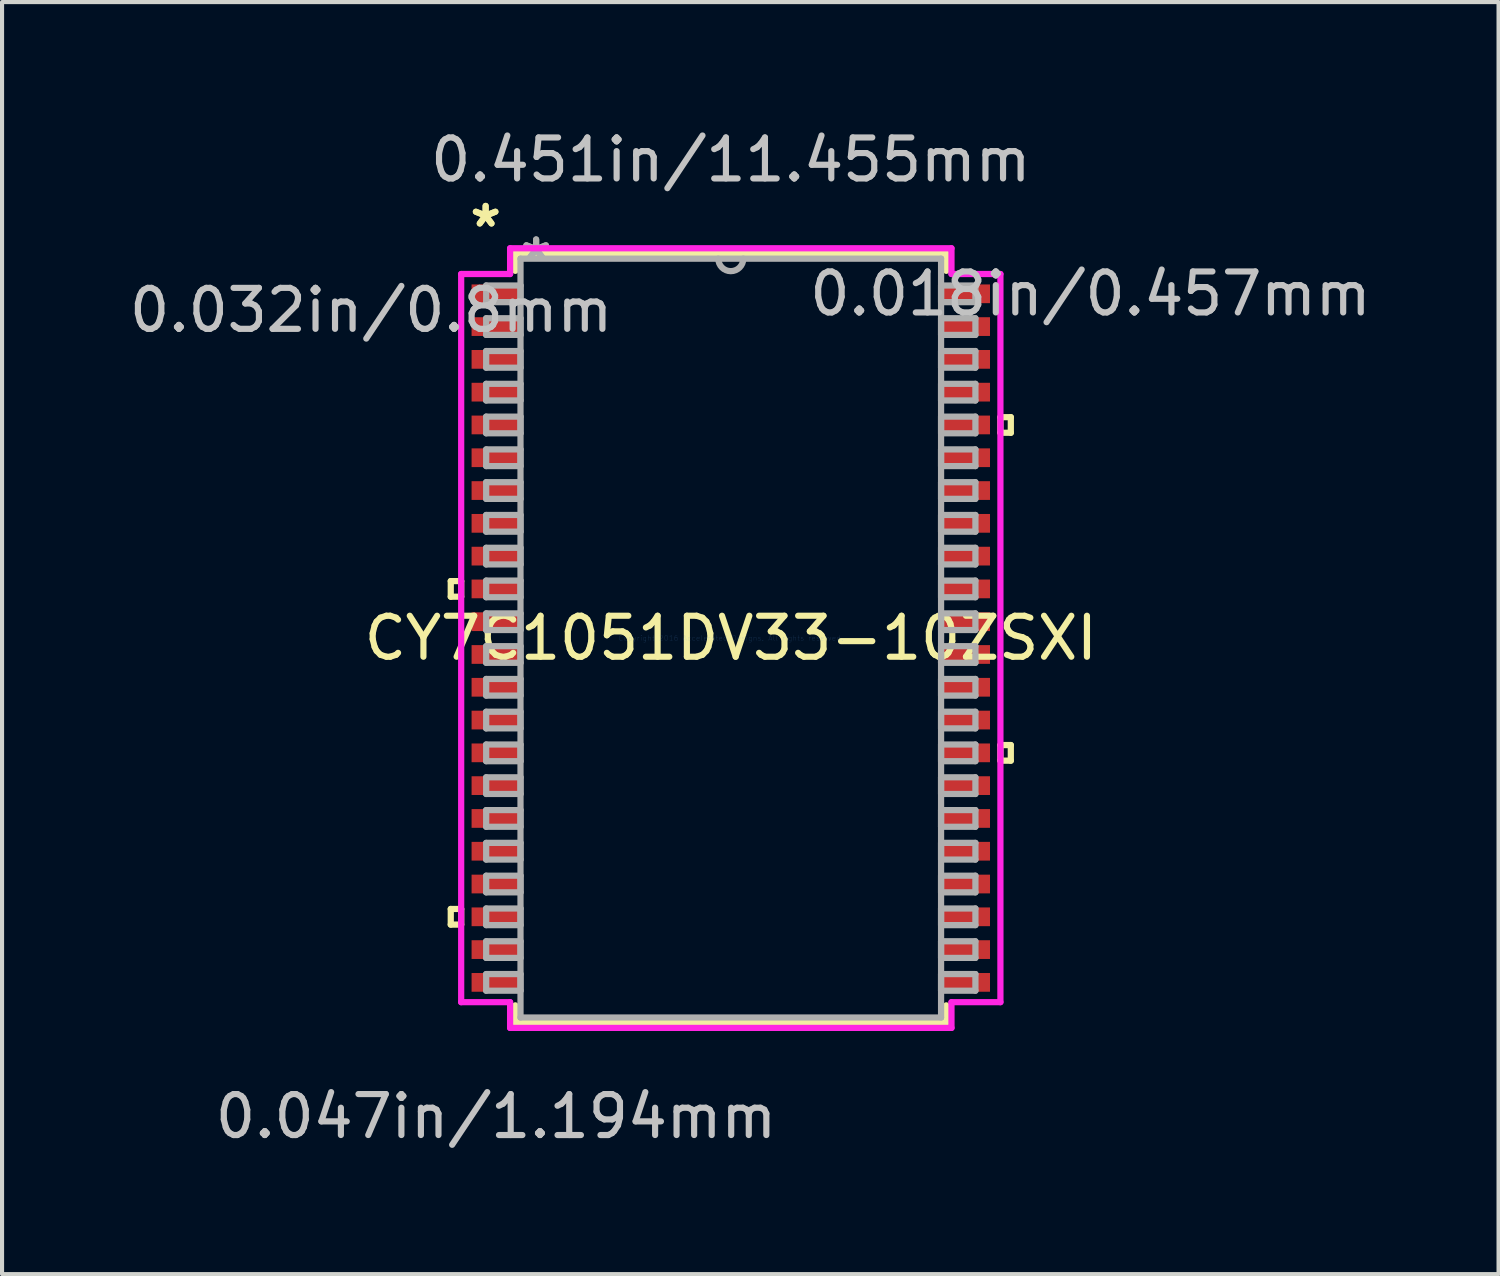
<source format=kicad_pcb>
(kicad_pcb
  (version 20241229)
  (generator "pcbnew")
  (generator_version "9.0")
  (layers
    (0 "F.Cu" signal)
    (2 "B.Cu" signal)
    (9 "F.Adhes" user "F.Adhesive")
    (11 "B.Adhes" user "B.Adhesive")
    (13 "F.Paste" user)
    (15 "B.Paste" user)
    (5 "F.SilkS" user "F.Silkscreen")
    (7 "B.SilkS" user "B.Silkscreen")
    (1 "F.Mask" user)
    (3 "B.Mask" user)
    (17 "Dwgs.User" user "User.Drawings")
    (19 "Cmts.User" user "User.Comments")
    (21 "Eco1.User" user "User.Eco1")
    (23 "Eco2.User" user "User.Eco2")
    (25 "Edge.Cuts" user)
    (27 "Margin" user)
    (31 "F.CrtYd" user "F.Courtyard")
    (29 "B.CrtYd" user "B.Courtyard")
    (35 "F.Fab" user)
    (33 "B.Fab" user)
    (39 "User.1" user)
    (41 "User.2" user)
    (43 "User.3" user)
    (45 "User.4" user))
  (footprint "CY7C1051DV33-10ZSXI"
    (layer "F.Cu")
    (at 14.782 12.52)
    (property "Reference" "CY7C1051DV33-10ZSXI" (at 0 0 0) (layer "F.SilkS") (effects (font (size 1 1) (thickness 0.15))))
    (attr through_hole)
    (fp_line (start -6.833 -1.391) (end -6.833 -1.01) (stroke (width 0.152) (type solid)) (layer "F.SilkS"))
    (fp_line (start -6.833 -1.01) (end -6.579 -1.01) (stroke (width 0.152) (type solid)) (layer "F.SilkS"))
    (fp_line (start -6.833 6.61) (end -6.833 6.991) (stroke (width 0.152) (type solid)) (layer "F.SilkS"))
    (fp_line (start -6.833 6.991) (end -6.579 6.991) (stroke (width 0.152) (type solid)) (layer "F.SilkS"))
    (fp_line (start -6.579 -1.391) (end -6.833 -1.391) (stroke (width 0.152) (type solid)) (layer "F.SilkS"))
    (fp_line (start -6.579 -1.01) (end -6.579 -1.391) (stroke (width 0.152) (type solid)) (layer "F.SilkS"))
    (fp_line (start -6.579 6.61) (end -6.833 6.61) (stroke (width 0.152) (type solid)) (layer "F.SilkS"))
    (fp_line (start -6.579 6.991) (end -6.579 6.61) (stroke (width 0.152) (type solid)) (layer "F.SilkS"))
    (fp_line (start -5.258 -9.385) (end -5.258 -8.962) (stroke (width 0.152) (type solid)) (layer "F.SilkS"))
    (fp_line (start -5.258 8.962) (end -5.258 9.385) (stroke (width 0.152) (type solid)) (layer "F.SilkS"))
    (fp_line (start -5.258 9.385) (end 5.258 9.385) (stroke (width 0.152) (type solid)) (layer "F.SilkS"))
    (fp_line (start 5.258 -9.385) (end -5.258 -9.385) (stroke (width 0.152) (type solid)) (layer "F.SilkS"))
    (fp_line (start 5.258 -8.962) (end 5.258 -9.385) (stroke (width 0.152) (type solid)) (layer "F.SilkS"))
    (fp_line (start 5.258 9.385) (end 5.258 8.962) (stroke (width 0.152) (type solid)) (layer "F.SilkS"))
    (fp_line (start 6.579 -5.391) (end 6.833 -5.391) (stroke (width 0.152) (type solid)) (layer "F.SilkS"))
    (fp_line (start 6.579 -5.01) (end 6.579 -5.391) (stroke (width 0.152) (type solid)) (layer "F.SilkS"))
    (fp_line (start 6.579 2.61) (end 6.833 2.61) (stroke (width 0.152) (type solid)) (layer "F.SilkS"))
    (fp_line (start 6.579 2.991) (end 6.579 2.61) (stroke (width 0.152) (type solid)) (layer "F.SilkS"))
    (fp_line (start 6.833 -5.391) (end 6.833 -5.01) (stroke (width 0.152) (type solid)) (layer "F.SilkS"))
    (fp_line (start 6.833 -5.01) (end 6.579 -5.01) (stroke (width 0.152) (type solid)) (layer "F.SilkS"))
    (fp_line (start 6.833 2.61) (end 6.833 2.991) (stroke (width 0.152) (type solid)) (layer "F.SilkS"))
    (fp_line (start 6.833 2.991) (end 6.579 2.991) (stroke (width 0.152) (type solid)) (layer "F.SilkS"))
    (fp_line (start -6.579 -8.884) (end -5.385 -8.884) (stroke (width 0.152) (type solid)) (layer "F.CrtYd"))
    (fp_line (start -6.579 8.884) (end -6.579 -8.884) (stroke (width 0.152) (type solid)) (layer "F.CrtYd"))
    (fp_line (start -5.385 -9.512) (end 5.385 -9.512) (stroke (width 0.152) (type solid)) (layer "F.CrtYd"))
    (fp_line (start -5.385 -8.884) (end -5.385 -9.512) (stroke (width 0.152) (type solid)) (layer "F.CrtYd"))
    (fp_line (start -5.385 8.884) (end -6.579 8.884) (stroke (width 0.152) (type solid)) (layer "F.CrtYd"))
    (fp_line (start -5.385 9.512) (end -5.385 8.884) (stroke (width 0.152) (type solid)) (layer "F.CrtYd"))
    (fp_line (start 5.385 -9.512) (end 5.385 -8.884) (stroke (width 0.152) (type solid)) (layer "F.CrtYd"))
    (fp_line (start 5.385 -8.884) (end 6.579 -8.884) (stroke (width 0.152) (type solid)) (layer "F.CrtYd"))
    (fp_line (start 5.385 8.884) (end 5.385 9.512) (stroke (width 0.152) (type solid)) (layer "F.CrtYd"))
    (fp_line (start 5.385 9.512) (end -5.385 9.512) (stroke (width 0.152) (type solid)) (layer "F.CrtYd"))
    (fp_line (start 6.579 -8.884) (end 6.579 8.884) (stroke (width 0.152) (type solid)) (layer "F.CrtYd"))
    (fp_line (start 6.579 8.884) (end 5.385 8.884) (stroke (width 0.152) (type solid)) (layer "F.CrtYd"))
    (fp_line (start -5.969 -8.604) (end -5.969 -8.198) (stroke (width 0.152) (type solid)) (layer "F.Fab"))
    (fp_line (start -5.969 -8.198) (end -5.131 -8.198) (stroke (width 0.152) (type solid)) (layer "F.Fab"))
    (fp_line (start -5.969 -7.804) (end -5.969 -7.398) (stroke (width 0.152) (type solid)) (layer "F.Fab"))
    (fp_line (start -5.969 -7.398) (end -5.131 -7.398) (stroke (width 0.152) (type solid)) (layer "F.Fab"))
    (fp_line (start -5.969 -7.004) (end -5.969 -6.598) (stroke (width 0.152) (type solid)) (layer "F.Fab"))
    (fp_line (start -5.969 -6.598) (end -5.131 -6.598) (stroke (width 0.152) (type solid)) (layer "F.Fab"))
    (fp_line (start -5.969 -6.204) (end -5.969 -5.798) (stroke (width 0.152) (type solid)) (layer "F.Fab"))
    (fp_line (start -5.969 -5.798) (end -5.131 -5.798) (stroke (width 0.152) (type solid)) (layer "F.Fab"))
    (fp_line (start -5.969 -5.404) (end -5.969 -4.997) (stroke (width 0.152) (type solid)) (layer "F.Fab"))
    (fp_line (start -5.969 -4.997) (end -5.131 -4.997) (stroke (width 0.152) (type solid)) (layer "F.Fab"))
    (fp_line (start -5.969 -4.604) (end -5.969 -4.197) (stroke (width 0.152) (type solid)) (layer "F.Fab"))
    (fp_line (start -5.969 -4.197) (end -5.131 -4.197) (stroke (width 0.152) (type solid)) (layer "F.Fab"))
    (fp_line (start -5.969 -3.804) (end -5.969 -3.397) (stroke (width 0.152) (type solid)) (layer "F.Fab"))
    (fp_line (start -5.969 -3.397) (end -5.131 -3.397) (stroke (width 0.152) (type solid)) (layer "F.Fab"))
    (fp_line (start -5.969 -3.004) (end -5.969 -2.597) (stroke (width 0.152) (type solid)) (layer "F.Fab"))
    (fp_line (start -5.969 -2.597) (end -5.131 -2.597) (stroke (width 0.152) (type solid)) (layer "F.Fab"))
    (fp_line (start -5.969 -2.203) (end -5.969 -1.797) (stroke (width 0.152) (type solid)) (layer "F.Fab"))
    (fp_line (start -5.969 -1.797) (end -5.131 -1.797) (stroke (width 0.152) (type solid)) (layer "F.Fab"))
    (fp_line (start -5.969 -1.403) (end -5.969 -0.997) (stroke (width 0.152) (type solid)) (layer "F.Fab"))
    (fp_line (start -5.969 -0.997) (end -5.131 -0.997) (stroke (width 0.152) (type solid)) (layer "F.Fab"))
    (fp_line (start -5.969 -0.603) (end -5.969 -0.197) (stroke (width 0.152) (type solid)) (layer "F.Fab"))
    (fp_line (start -5.969 -0.197) (end -5.131 -0.197) (stroke (width 0.152) (type solid)) (layer "F.Fab"))
    (fp_line (start -5.969 0.197) (end -5.969 0.603) (stroke (width 0.152) (type solid)) (layer "F.Fab"))
    (fp_line (start -5.969 0.603) (end -5.131 0.603) (stroke (width 0.152) (type solid)) (layer "F.Fab"))
    (fp_line (start -5.969 0.997) (end -5.969 1.403) (stroke (width 0.152) (type solid)) (layer "F.Fab"))
    (fp_line (start -5.969 1.403) (end -5.131 1.403) (stroke (width 0.152) (type solid)) (layer "F.Fab"))
    (fp_line (start -5.969 1.797) (end -5.969 2.203) (stroke (width 0.152) (type solid)) (layer "F.Fab"))
    (fp_line (start -5.969 2.203) (end -5.131 2.203) (stroke (width 0.152) (type solid)) (layer "F.Fab"))
    (fp_line (start -5.969 2.597) (end -5.969 3.004) (stroke (width 0.152) (type solid)) (layer "F.Fab"))
    (fp_line (start -5.969 3.004) (end -5.131 3.004) (stroke (width 0.152) (type solid)) (layer "F.Fab"))
    (fp_line (start -5.969 3.397) (end -5.969 3.804) (stroke (width 0.152) (type solid)) (layer "F.Fab"))
    (fp_line (start -5.969 3.804) (end -5.131 3.804) (stroke (width 0.152) (type solid)) (layer "F.Fab"))
    (fp_line (start -5.969 4.197) (end -5.969 4.604) (stroke (width 0.152) (type solid)) (layer "F.Fab"))
    (fp_line (start -5.969 4.604) (end -5.131 4.604) (stroke (width 0.152) (type solid)) (layer "F.Fab"))
    (fp_line (start -5.969 4.997) (end -5.969 5.404) (stroke (width 0.152) (type solid)) (layer "F.Fab"))
    (fp_line (start -5.969 5.404) (end -5.131 5.404) (stroke (width 0.152) (type solid)) (layer "F.Fab"))
    (fp_line (start -5.969 5.798) (end -5.969 6.204) (stroke (width 0.152) (type solid)) (layer "F.Fab"))
    (fp_line (start -5.969 6.204) (end -5.131 6.204) (stroke (width 0.152) (type solid)) (layer "F.Fab"))
    (fp_line (start -5.969 6.598) (end -5.969 7.004) (stroke (width 0.152) (type solid)) (layer "F.Fab"))
    (fp_line (start -5.969 7.004) (end -5.131 7.004) (stroke (width 0.152) (type solid)) (layer "F.Fab"))
    (fp_line (start -5.969 7.398) (end -5.969 7.804) (stroke (width 0.152) (type solid)) (layer "F.Fab"))
    (fp_line (start -5.969 7.804) (end -5.131 7.804) (stroke (width 0.152) (type solid)) (layer "F.Fab"))
    (fp_line (start -5.969 8.198) (end -5.969 8.604) (stroke (width 0.152) (type solid)) (layer "F.Fab"))
    (fp_line (start -5.969 8.604) (end -5.131 8.604) (stroke (width 0.152) (type solid)) (layer "F.Fab"))
    (fp_line (start -5.131 -9.258) (end -5.131 9.258) (stroke (width 0.152) (type solid)) (layer "F.Fab"))
    (fp_line (start -5.131 -8.604) (end -5.969 -8.604) (stroke (width 0.152) (type solid)) (layer "F.Fab"))
    (fp_line (start -5.131 -8.198) (end -5.131 -8.604) (stroke (width 0.152) (type solid)) (layer "F.Fab"))
    (fp_line (start -5.131 -7.804) (end -5.969 -7.804) (stroke (width 0.152) (type solid)) (layer "F.Fab"))
    (fp_line (start -5.131 -7.398) (end -5.131 -7.804) (stroke (width 0.152) (type solid)) (layer "F.Fab"))
    (fp_line (start -5.131 -7.004) (end -5.969 -7.004) (stroke (width 0.152) (type solid)) (layer "F.Fab"))
    (fp_line (start -5.131 -6.598) (end -5.131 -7.004) (stroke (width 0.152) (type solid)) (layer "F.Fab"))
    (fp_line (start -5.131 -6.204) (end -5.969 -6.204) (stroke (width 0.152) (type solid)) (layer "F.Fab"))
    (fp_line (start -5.131 -5.798) (end -5.131 -6.204) (stroke (width 0.152) (type solid)) (layer "F.Fab"))
    (fp_line (start -5.131 -5.404) (end -5.969 -5.404) (stroke (width 0.152) (type solid)) (layer "F.Fab"))
    (fp_line (start -5.131 -4.997) (end -5.131 -5.404) (stroke (width 0.152) (type solid)) (layer "F.Fab"))
    (fp_line (start -5.131 -4.604) (end -5.969 -4.604) (stroke (width 0.152) (type solid)) (layer "F.Fab"))
    (fp_line (start -5.131 -4.197) (end -5.131 -4.604) (stroke (width 0.152) (type solid)) (layer "F.Fab"))
    (fp_line (start -5.131 -3.804) (end -5.969 -3.804) (stroke (width 0.152) (type solid)) (layer "F.Fab"))
    (fp_line (start -5.131 -3.397) (end -5.131 -3.804) (stroke (width 0.152) (type solid)) (layer "F.Fab"))
    (fp_line (start -5.131 -3.004) (end -5.969 -3.004) (stroke (width 0.152) (type solid)) (layer "F.Fab"))
    (fp_line (start -5.131 -2.597) (end -5.131 -3.004) (stroke (width 0.152) (type solid)) (layer "F.Fab"))
    (fp_line (start -5.131 -2.203) (end -5.969 -2.203) (stroke (width 0.152) (type solid)) (layer "F.Fab"))
    (fp_line (start -5.131 -1.797) (end -5.131 -2.203) (stroke (width 0.152) (type solid)) (layer "F.Fab"))
    (fp_line (start -5.131 -1.403) (end -5.969 -1.403) (stroke (width 0.152) (type solid)) (layer "F.Fab"))
    (fp_line (start -5.131 -0.997) (end -5.131 -1.403) (stroke (width 0.152) (type solid)) (layer "F.Fab"))
    (fp_line (start -5.131 -0.603) (end -5.969 -0.603) (stroke (width 0.152) (type solid)) (layer "F.Fab"))
    (fp_line (start -5.131 -0.197) (end -5.131 -0.603) (stroke (width 0.152) (type solid)) (layer "F.Fab"))
    (fp_line (start -5.131 0.197) (end -5.969 0.197) (stroke (width 0.152) (type solid)) (layer "F.Fab"))
    (fp_line (start -5.131 0.603) (end -5.131 0.197) (stroke (width 0.152) (type solid)) (layer "F.Fab"))
    (fp_line (start -5.131 0.997) (end -5.969 0.997) (stroke (width 0.152) (type solid)) (layer "F.Fab"))
    (fp_line (start -5.131 1.403) (end -5.131 0.997) (stroke (width 0.152) (type solid)) (layer "F.Fab"))
    (fp_line (start -5.131 1.797) (end -5.969 1.797) (stroke (width 0.152) (type solid)) (layer "F.Fab"))
    (fp_line (start -5.131 2.203) (end -5.131 1.797) (stroke (width 0.152) (type solid)) (layer "F.Fab"))
    (fp_line (start -5.131 2.597) (end -5.969 2.597) (stroke (width 0.152) (type solid)) (layer "F.Fab"))
    (fp_line (start -5.131 3.004) (end -5.131 2.597) (stroke (width 0.152) (type solid)) (layer "F.Fab"))
    (fp_line (start -5.131 3.397) (end -5.969 3.397) (stroke (width 0.152) (type solid)) (layer "F.Fab"))
    (fp_line (start -5.131 3.804) (end -5.131 3.397) (stroke (width 0.152) (type solid)) (layer "F.Fab"))
    (fp_line (start -5.131 4.197) (end -5.969 4.197) (stroke (width 0.152) (type solid)) (layer "F.Fab"))
    (fp_line (start -5.131 4.604) (end -5.131 4.197) (stroke (width 0.152) (type solid)) (layer "F.Fab"))
    (fp_line (start -5.131 4.997) (end -5.969 4.997) (stroke (width 0.152) (type solid)) (layer "F.Fab"))
    (fp_line (start -5.131 5.404) (end -5.131 4.997) (stroke (width 0.152) (type solid)) (layer "F.Fab"))
    (fp_line (start -5.131 5.798) (end -5.969 5.798) (stroke (width 0.152) (type solid)) (layer "F.Fab"))
    (fp_line (start -5.131 6.204) (end -5.131 5.798) (stroke (width 0.152) (type solid)) (layer "F.Fab"))
    (fp_line (start -5.131 6.598) (end -5.969 6.598) (stroke (width 0.152) (type solid)) (layer "F.Fab"))
    (fp_line (start -5.131 7.004) (end -5.131 6.598) (stroke (width 0.152) (type solid)) (layer "F.Fab"))
    (fp_line (start -5.131 7.398) (end -5.969 7.398) (stroke (width 0.152) (type solid)) (layer "F.Fab"))
    (fp_line (start -5.131 7.804) (end -5.131 7.398) (stroke (width 0.152) (type solid)) (layer "F.Fab"))
    (fp_line (start -5.131 8.198) (end -5.969 8.198) (stroke (width 0.152) (type solid)) (layer "F.Fab"))
    (fp_line (start -5.131 8.604) (end -5.131 8.198) (stroke (width 0.152) (type solid)) (layer "F.Fab"))
    (fp_line (start -5.131 9.258) (end 5.131 9.258) (stroke (width 0.152) (type solid)) (layer "F.Fab"))
    (fp_line (start 5.131 -9.258) (end -5.131 -9.258) (stroke (width 0.152) (type solid)) (layer "F.Fab"))
    (fp_line (start 5.131 -8.604) (end 5.131 -8.198) (stroke (width 0.152) (type solid)) (layer "F.Fab"))
    (fp_line (start 5.131 -8.198) (end 5.969 -8.198) (stroke (width 0.152) (type solid)) (layer "F.Fab"))
    (fp_line (start 5.131 -7.804) (end 5.131 -7.398) (stroke (width 0.152) (type solid)) (layer "F.Fab"))
    (fp_line (start 5.131 -7.398) (end 5.969 -7.398) (stroke (width 0.152) (type solid)) (layer "F.Fab"))
    (fp_line (start 5.131 -7.004) (end 5.131 -6.598) (stroke (width 0.152) (type solid)) (layer "F.Fab"))
    (fp_line (start 5.131 -6.598) (end 5.969 -6.598) (stroke (width 0.152) (type solid)) (layer "F.Fab"))
    (fp_line (start 5.131 -6.204) (end 5.131 -5.798) (stroke (width 0.152) (type solid)) (layer "F.Fab"))
    (fp_line (start 5.131 -5.798) (end 5.969 -5.798) (stroke (width 0.152) (type solid)) (layer "F.Fab"))
    (fp_line (start 5.131 -5.404) (end 5.131 -4.997) (stroke (width 0.152) (type solid)) (layer "F.Fab"))
    (fp_line (start 5.131 -4.997) (end 5.969 -4.997) (stroke (width 0.152) (type solid)) (layer "F.Fab"))
    (fp_line (start 5.131 -4.604) (end 5.131 -4.197) (stroke (width 0.152) (type solid)) (layer "F.Fab"))
    (fp_line (start 5.131 -4.197) (end 5.969 -4.197) (stroke (width 0.152) (type solid)) (layer "F.Fab"))
    (fp_line (start 5.131 -3.804) (end 5.131 -3.397) (stroke (width 0.152) (type solid)) (layer "F.Fab"))
    (fp_line (start 5.131 -3.397) (end 5.969 -3.397) (stroke (width 0.152) (type solid)) (layer "F.Fab"))
    (fp_line (start 5.131 -3.004) (end 5.131 -2.597) (stroke (width 0.152) (type solid)) (layer "F.Fab"))
    (fp_line (start 5.131 -2.597) (end 5.969 -2.597) (stroke (width 0.152) (type solid)) (layer "F.Fab"))
    (fp_line (start 5.131 -2.203) (end 5.131 -1.797) (stroke (width 0.152) (type solid)) (layer "F.Fab"))
    (fp_line (start 5.131 -1.797) (end 5.969 -1.797) (stroke (width 0.152) (type solid)) (layer "F.Fab"))
    (fp_line (start 5.131 -1.403) (end 5.131 -0.997) (stroke (width 0.152) (type solid)) (layer "F.Fab"))
    (fp_line (start 5.131 -0.997) (end 5.969 -0.997) (stroke (width 0.152) (type solid)) (layer "F.Fab"))
    (fp_line (start 5.131 -0.603) (end 5.131 -0.197) (stroke (width 0.152) (type solid)) (layer "F.Fab"))
    (fp_line (start 5.131 -0.197) (end 5.969 -0.197) (stroke (width 0.152) (type solid)) (layer "F.Fab"))
    (fp_line (start 5.131 0.197) (end 5.131 0.603) (stroke (width 0.152) (type solid)) (layer "F.Fab"))
    (fp_line (start 5.131 0.603) (end 5.969 0.603) (stroke (width 0.152) (type solid)) (layer "F.Fab"))
    (fp_line (start 5.131 0.997) (end 5.131 1.403) (stroke (width 0.152) (type solid)) (layer "F.Fab"))
    (fp_line (start 5.131 1.403) (end 5.969 1.403) (stroke (width 0.152) (type solid)) (layer "F.Fab"))
    (fp_line (start 5.131 1.797) (end 5.131 2.203) (stroke (width 0.152) (type solid)) (layer "F.Fab"))
    (fp_line (start 5.131 2.203) (end 5.969 2.203) (stroke (width 0.152) (type solid)) (layer "F.Fab"))
    (fp_line (start 5.131 2.597) (end 5.131 3.004) (stroke (width 0.152) (type solid)) (layer "F.Fab"))
    (fp_line (start 5.131 3.004) (end 5.969 3.004) (stroke (width 0.152) (type solid)) (layer "F.Fab"))
    (fp_line (start 5.131 3.397) (end 5.131 3.804) (stroke (width 0.152) (type solid)) (layer "F.Fab"))
    (fp_line (start 5.131 3.804) (end 5.969 3.804) (stroke (width 0.152) (type solid)) (layer "F.Fab"))
    (fp_line (start 5.131 4.197) (end 5.131 4.604) (stroke (width 0.152) (type solid)) (layer "F.Fab"))
    (fp_line (start 5.131 4.604) (end 5.969 4.604) (stroke (width 0.152) (type solid)) (layer "F.Fab"))
    (fp_line (start 5.131 4.997) (end 5.131 5.404) (stroke (width 0.152) (type solid)) (layer "F.Fab"))
    (fp_line (start 5.131 5.404) (end 5.969 5.404) (stroke (width 0.152) (type solid)) (layer "F.Fab"))
    (fp_line (start 5.131 5.798) (end 5.131 6.204) (stroke (width 0.152) (type solid)) (layer "F.Fab"))
    (fp_line (start 5.131 6.204) (end 5.969 6.204) (stroke (width 0.152) (type solid)) (layer "F.Fab"))
    (fp_line (start 5.131 6.598) (end 5.131 7.004) (stroke (width 0.152) (type solid)) (layer "F.Fab"))
    (fp_line (start 5.131 7.004) (end 5.969 7.004) (stroke (width 0.152) (type solid)) (layer "F.Fab"))
    (fp_line (start 5.131 7.398) (end 5.131 7.804) (stroke (width 0.152) (type solid)) (layer "F.Fab"))
    (fp_line (start 5.131 7.804) (end 5.969 7.804) (stroke (width 0.152) (type solid)) (layer "F.Fab"))
    (fp_line (start 5.131 8.198) (end 5.131 8.604) (stroke (width 0.152) (type solid)) (layer "F.Fab"))
    (fp_line (start 5.131 8.604) (end 5.969 8.604) (stroke (width 0.152) (type solid)) (layer "F.Fab"))
    (fp_line (start 5.131 9.258) (end 5.131 -9.258) (stroke (width 0.152) (type solid)) (layer "F.Fab"))
    (fp_line (start 5.969 -8.604) (end 5.131 -8.604) (stroke (width 0.152) (type solid)) (layer "F.Fab"))
    (fp_line (start 5.969 -8.198) (end 5.969 -8.604) (stroke (width 0.152) (type solid)) (layer "F.Fab"))
    (fp_line (start 5.969 -7.804) (end 5.131 -7.804) (stroke (width 0.152) (type solid)) (layer "F.Fab"))
    (fp_line (start 5.969 -7.398) (end 5.969 -7.804) (stroke (width 0.152) (type solid)) (layer "F.Fab"))
    (fp_line (start 5.969 -7.004) (end 5.131 -7.004) (stroke (width 0.152) (type solid)) (layer "F.Fab"))
    (fp_line (start 5.969 -6.598) (end 5.969 -7.004) (stroke (width 0.152) (type solid)) (layer "F.Fab"))
    (fp_line (start 5.969 -6.204) (end 5.131 -6.204) (stroke (width 0.152) (type solid)) (layer "F.Fab"))
    (fp_line (start 5.969 -5.798) (end 5.969 -6.204) (stroke (width 0.152) (type solid)) (layer "F.Fab"))
    (fp_line (start 5.969 -5.404) (end 5.131 -5.404) (stroke (width 0.152) (type solid)) (layer "F.Fab"))
    (fp_line (start 5.969 -4.997) (end 5.969 -5.404) (stroke (width 0.152) (type solid)) (layer "F.Fab"))
    (fp_line (start 5.969 -4.604) (end 5.131 -4.604) (stroke (width 0.152) (type solid)) (layer "F.Fab"))
    (fp_line (start 5.969 -4.197) (end 5.969 -4.604) (stroke (width 0.152) (type solid)) (layer "F.Fab"))
    (fp_line (start 5.969 -3.804) (end 5.131 -3.804) (stroke (width 0.152) (type solid)) (layer "F.Fab"))
    (fp_line (start 5.969 -3.397) (end 5.969 -3.804) (stroke (width 0.152) (type solid)) (layer "F.Fab"))
    (fp_line (start 5.969 -3.004) (end 5.131 -3.004) (stroke (width 0.152) (type solid)) (layer "F.Fab"))
    (fp_line (start 5.969 -2.597) (end 5.969 -3.004) (stroke (width 0.152) (type solid)) (layer "F.Fab"))
    (fp_line (start 5.969 -2.203) (end 5.131 -2.203) (stroke (width 0.152) (type solid)) (layer "F.Fab"))
    (fp_line (start 5.969 -1.797) (end 5.969 -2.203) (stroke (width 0.152) (type solid)) (layer "F.Fab"))
    (fp_line (start 5.969 -1.403) (end 5.131 -1.403) (stroke (width 0.152) (type solid)) (layer "F.Fab"))
    (fp_line (start 5.969 -0.997) (end 5.969 -1.403) (stroke (width 0.152) (type solid)) (layer "F.Fab"))
    (fp_line (start 5.969 -0.603) (end 5.131 -0.603) (stroke (width 0.152) (type solid)) (layer "F.Fab"))
    (fp_line (start 5.969 -0.197) (end 5.969 -0.603) (stroke (width 0.152) (type solid)) (layer "F.Fab"))
    (fp_line (start 5.969 0.197) (end 5.131 0.197) (stroke (width 0.152) (type solid)) (layer "F.Fab"))
    (fp_line (start 5.969 0.603) (end 5.969 0.197) (stroke (width 0.152) (type solid)) (layer "F.Fab"))
    (fp_line (start 5.969 0.997) (end 5.131 0.997) (stroke (width 0.152) (type solid)) (layer "F.Fab"))
    (fp_line (start 5.969 1.403) (end 5.969 0.997) (stroke (width 0.152) (type solid)) (layer "F.Fab"))
    (fp_line (start 5.969 1.797) (end 5.131 1.797) (stroke (width 0.152) (type solid)) (layer "F.Fab"))
    (fp_line (start 5.969 2.203) (end 5.969 1.797) (stroke (width 0.152) (type solid)) (layer "F.Fab"))
    (fp_line (start 5.969 2.597) (end 5.131 2.597) (stroke (width 0.152) (type solid)) (layer "F.Fab"))
    (fp_line (start 5.969 3.004) (end 5.969 2.597) (stroke (width 0.152) (type solid)) (layer "F.Fab"))
    (fp_line (start 5.969 3.397) (end 5.131 3.397) (stroke (width 0.152) (type solid)) (layer "F.Fab"))
    (fp_line (start 5.969 3.804) (end 5.969 3.397) (stroke (width 0.152) (type solid)) (layer "F.Fab"))
    (fp_line (start 5.969 4.197) (end 5.131 4.197) (stroke (width 0.152) (type solid)) (layer "F.Fab"))
    (fp_line (start 5.969 4.604) (end 5.969 4.197) (stroke (width 0.152) (type solid)) (layer "F.Fab"))
    (fp_line (start 5.969 4.997) (end 5.131 4.997) (stroke (width 0.152) (type solid)) (layer "F.Fab"))
    (fp_line (start 5.969 5.404) (end 5.969 4.997) (stroke (width 0.152) (type solid)) (layer "F.Fab"))
    (fp_line (start 5.969 5.798) (end 5.131 5.798) (stroke (width 0.152) (type solid)) (layer "F.Fab"))
    (fp_line (start 5.969 6.204) (end 5.969 5.798) (stroke (width 0.152) (type solid)) (layer "F.Fab"))
    (fp_line (start 5.969 6.598) (end 5.131 6.598) (stroke (width 0.152) (type solid)) (layer "F.Fab"))
    (fp_line (start 5.969 7.004) (end 5.969 6.598) (stroke (width 0.152) (type solid)) (layer "F.Fab"))
    (fp_line (start 5.969 7.398) (end 5.131 7.398) (stroke (width 0.152) (type solid)) (layer "F.Fab"))
    (fp_line (start 5.969 7.804) (end 5.969 7.398) (stroke (width 0.152) (type solid)) (layer "F.Fab"))
    (fp_line (start 5.969 8.198) (end 5.131 8.198) (stroke (width 0.152) (type solid)) (layer "F.Fab"))
    (fp_line (start 5.969 8.604) (end 5.969 8.198) (stroke (width 0.152) (type solid)) (layer "F.Fab"))
    (fp_arc (start 0.3048 -9.2583) (mid 0 -8.9535) (end -0.3048 -9.2583) (stroke (width 0.1524) (type solid)) (layer "F.Fab"))
    (fp_text user "*" (at -5.982 -10.001 0) (layer "F.SilkS") (effects (font (size 1 1) (thickness 0.15))))
    (fp_text user "*" (at -5.982 -10.001 0) (layer "F.SilkS") (effects (font (size 1 1) (thickness 0.15))))
    (fp_text user "0.451in/11.455mm" (at 0 -11.671 0) (layer "Dwgs.User") (effects (font (size 1 1) (thickness 0.15))))
    (fp_text user "0.032in/0.8mm" (at -8.776 -8.001 0) (layer "Dwgs.User") (effects (font (size 1 1) (thickness 0.15))))
    (fp_text user "0.018in/0.457mm" (at 8.776 -8.401 0) (layer "Dwgs.User") (effects (font (size 1 1) (thickness 0.15))))
    (fp_text user "0.047in/1.194mm" (at -5.728 11.671 0) (layer "Dwgs.User") (effects (font (size 1 1) (thickness 0.15))))
    (fp_text user "Copyright 2016 Accelerated Designs. All rights reserved." (at 0 0 0) (layer "Cmts.User") (effects (font (size 0.127 0.127) (thickness 0.002))))
    (fp_text user "*" (at -4.75 -9.182 0) (layer "F.Fab") (effects (font (size 1 1) (thickness 0.15))))
    (fp_text user "*" (at -4.75 -9.182 0) (layer "F.Fab") (effects (font (size 1 1) (thickness 0.15))))
    (pad "1" smd rect (at -5.728 -8.401) (size 1.194 0.457) (layers "F.Cu" "F.Mask" "F.Paste"))
    (pad "2" smd rect (at -5.728 -7.601) (size 1.194 0.457) (layers "F.Cu" "F.Mask" "F.Paste"))
    (pad "3" smd rect (at -5.728 -6.801) (size 1.194 0.457) (layers "F.Cu" "F.Mask" "F.Paste"))
    (pad "4" smd rect (at -5.728 -6.001) (size 1.194 0.457) (layers "F.Cu" "F.Mask" "F.Paste"))
    (pad "5" smd rect (at -5.728 -5.201) (size 1.194 0.457) (layers "F.Cu" "F.Mask" "F.Paste"))
    (pad "6" smd rect (at -5.728 -4.401) (size 1.194 0.457) (layers "F.Cu" "F.Mask" "F.Paste"))
    (pad "7" smd rect (at -5.728 -3.6) (size 1.194 0.457) (layers "F.Cu" "F.Mask" "F.Paste"))
    (pad "8" smd rect (at -5.728 -2.8) (size 1.194 0.457) (layers "F.Cu" "F.Mask" "F.Paste"))
    (pad "9" smd rect (at -5.728 -2) (size 1.194 0.457) (layers "F.Cu" "F.Mask" "F.Paste"))
    (pad "10" smd rect (at -5.728 -1.2) (size 1.194 0.457) (layers "F.Cu" "F.Mask" "F.Paste"))
    (pad "11" smd rect (at -5.728 -0.4) (size 1.194 0.457) (layers "F.Cu" "F.Mask" "F.Paste"))
    (pad "12" smd rect (at -5.728 0.4) (size 1.194 0.457) (layers "F.Cu" "F.Mask" "F.Paste"))
    (pad "13" smd rect (at -5.728 1.2) (size 1.194 0.457) (layers "F.Cu" "F.Mask" "F.Paste"))
    (pad "14" smd rect (at -5.728 2) (size 1.194 0.457) (layers "F.Cu" "F.Mask" "F.Paste"))
    (pad "15" smd rect (at -5.728 2.8) (size 1.194 0.457) (layers "F.Cu" "F.Mask" "F.Paste"))
    (pad "16" smd rect (at -5.728 3.6) (size 1.194 0.457) (layers "F.Cu" "F.Mask" "F.Paste"))
    (pad "17" smd rect (at -5.728 4.401) (size 1.194 0.457) (layers "F.Cu" "F.Mask" "F.Paste"))
    (pad "18" smd rect (at -5.728 5.201) (size 1.194 0.457) (layers "F.Cu" "F.Mask" "F.Paste"))
    (pad "19" smd rect (at -5.728 6.001) (size 1.194 0.457) (layers "F.Cu" "F.Mask" "F.Paste"))
    (pad "20" smd rect (at -5.728 6.801) (size 1.194 0.457) (layers "F.Cu" "F.Mask" "F.Paste"))
    (pad "21" smd rect (at -5.728 7.601) (size 1.194 0.457) (layers "F.Cu" "F.Mask" "F.Paste"))
    (pad "22" smd rect (at -5.728 8.401) (size 1.194 0.457) (layers "F.Cu" "F.Mask" "F.Paste"))
    (pad "23" smd rect (at 5.728 8.401) (size 1.194 0.457) (layers "F.Cu" "F.Mask" "F.Paste"))
    (pad "24" smd rect (at 5.728 7.601) (size 1.194 0.457) (layers "F.Cu" "F.Mask" "F.Paste"))
    (pad "25" smd rect (at 5.728 6.801) (size 1.194 0.457) (layers "F.Cu" "F.Mask" "F.Paste"))
    (pad "26" smd rect (at 5.728 6.001) (size 1.194 0.457) (layers "F.Cu" "F.Mask" "F.Paste"))
    (pad "27" smd rect (at 5.728 5.201) (size 1.194 0.457) (layers "F.Cu" "F.Mask" "F.Paste"))
    (pad "28" smd rect (at 5.728 4.401) (size 1.194 0.457) (layers "F.Cu" "F.Mask" "F.Paste"))
    (pad "29" smd rect (at 5.728 3.6) (size 1.194 0.457) (layers "F.Cu" "F.Mask" "F.Paste"))
    (pad "30" smd rect (at 5.728 2.8) (size 1.194 0.457) (layers "F.Cu" "F.Mask" "F.Paste"))
    (pad "31" smd rect (at 5.728 2) (size 1.194 0.457) (layers "F.Cu" "F.Mask" "F.Paste"))
    (pad "32" smd rect (at 5.728 1.2) (size 1.194 0.457) (layers "F.Cu" "F.Mask" "F.Paste"))
    (pad "33" smd rect (at 5.728 0.4) (size 1.194 0.457) (layers "F.Cu" "F.Mask" "F.Paste"))
    (pad "34" smd rect (at 5.728 -0.4) (size 1.194 0.457) (layers "F.Cu" "F.Mask" "F.Paste"))
    (pad "35" smd rect (at 5.728 -1.2) (size 1.194 0.457) (layers "F.Cu" "F.Mask" "F.Paste"))
    (pad "36" smd rect (at 5.728 -2) (size 1.194 0.457) (layers "F.Cu" "F.Mask" "F.Paste"))
    (pad "37" smd rect (at 5.728 -2.8) (size 1.194 0.457) (layers "F.Cu" "F.Mask" "F.Paste"))
    (pad "38" smd rect (at 5.728 -3.6) (size 1.194 0.457) (layers "F.Cu" "F.Mask" "F.Paste"))
    (pad "39" smd rect (at 5.728 -4.401) (size 1.194 0.457) (layers "F.Cu" "F.Mask" "F.Paste"))
    (pad "40" smd rect (at 5.728 -5.201) (size 1.194 0.457) (layers "F.Cu" "F.Mask" "F.Paste"))
    (pad "41" smd rect (at 5.728 -6.001) (size 1.194 0.457) (layers "F.Cu" "F.Mask" "F.Paste"))
    (pad "42" smd rect (at 5.728 -6.801) (size 1.194 0.457) (layers "F.Cu" "F.Mask" "F.Paste"))
    (pad "43" smd rect (at 5.728 -7.601) (size 1.194 0.457) (layers "F.Cu" "F.Mask" "F.Paste"))
    (pad "44" smd rect (at 5.728 -8.401) (size 1.194 0.457) (layers "F.Cu" "F.Mask" "F.Paste")))
  (gr_rect
    (start -3 -3)
    (end 33.516 28.039)
    (stroke (width 0.1) (type default))
    (fill no)
    (layer "Edge.Cuts")))
</source>
